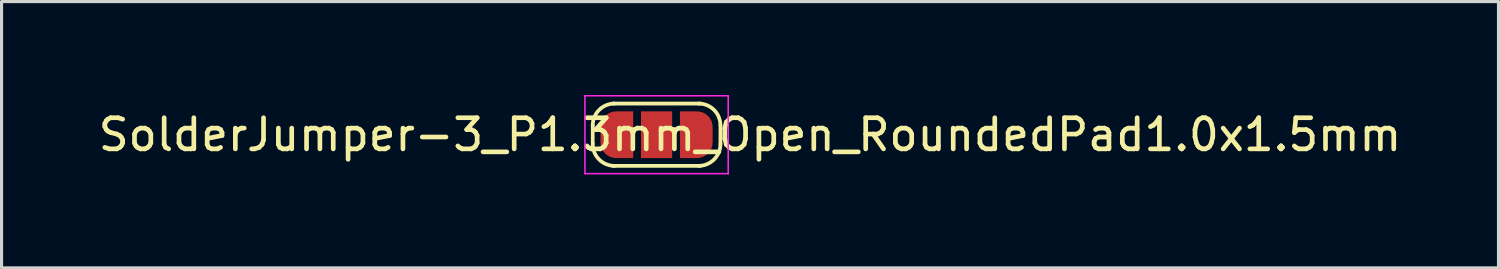
<source format=kicad_pcb>
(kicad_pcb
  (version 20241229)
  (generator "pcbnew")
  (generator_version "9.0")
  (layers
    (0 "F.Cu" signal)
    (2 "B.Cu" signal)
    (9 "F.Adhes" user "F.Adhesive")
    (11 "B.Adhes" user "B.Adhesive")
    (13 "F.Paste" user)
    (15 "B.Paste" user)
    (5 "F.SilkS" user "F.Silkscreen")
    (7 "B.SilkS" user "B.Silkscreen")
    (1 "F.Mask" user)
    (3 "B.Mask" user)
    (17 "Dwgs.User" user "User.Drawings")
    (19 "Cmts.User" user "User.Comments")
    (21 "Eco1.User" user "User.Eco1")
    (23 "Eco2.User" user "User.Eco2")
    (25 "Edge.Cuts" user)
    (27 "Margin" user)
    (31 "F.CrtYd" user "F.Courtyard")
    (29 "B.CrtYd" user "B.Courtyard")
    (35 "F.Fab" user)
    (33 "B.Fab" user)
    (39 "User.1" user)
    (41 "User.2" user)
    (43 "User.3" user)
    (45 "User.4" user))
  (footprint "SolderJumper-3_P1.3mm_Open_RoundedPad1.0x1.5mm"
    (layer "F.Cu")
    (at 18.03 1.275)
    (property "Reference" "SolderJumper-3_P1.3mm_Open_RoundedPad1.0x1.5mm" (at 3 0 180) (layer "F.SilkS") (effects (font (size 1 1) (thickness 0.15))))
    (attr exclude_from_pos_files allow_soldermask_bridges)
    (fp_rect (start -0.75 -0.75) (end 0.75 0.75) (stroke (width 0) (type default)) (fill yes) (layer "F.Mask"))
    (fp_line (start -2.05 0.3) (end -2.05 -0.3) (stroke (width 0.12) (type solid)) (layer "F.SilkS"))
    (fp_line (start -1.4 -1) (end 1.4 -1) (stroke (width 0.12) (type solid)) (layer "F.SilkS"))
    (fp_line (start 1.4 1) (end -1.4 1) (stroke (width 0.12) (type solid)) (layer "F.SilkS"))
    (fp_line (start 2.05 -0.3) (end 2.05 0.3) (stroke (width 0.12) (type solid)) (layer "F.SilkS"))
    (fp_arc (start -2.05 -0.3) (mid -1.844975 -0.794975) (end -1.35 -1) (stroke (width 0.12) (type solid)) (layer "F.SilkS"))
    (fp_arc (start -1.35 1) (mid -1.844975 0.794975) (end -2.05 0.3) (stroke (width 0.12) (type solid)) (layer "F.SilkS"))
    (fp_arc (start 1.35 -1) (mid 1.844975 -0.794975) (end 2.05 -0.3) (stroke (width 0.12) (type solid)) (layer "F.SilkS"))
    (fp_arc (start 2.05 0.3) (mid 1.844975 0.794975) (end 1.35 1) (stroke (width 0.12) (type solid)) (layer "F.SilkS"))
    (fp_line (start -2.3 -1.25) (end -2.3 1.25) (stroke (width 0.05) (type solid)) (layer "F.CrtYd"))
    (fp_line (start -2.3 -1.25) (end 2.3 -1.25) (stroke (width 0.05) (type solid)) (layer "F.CrtYd"))
    (fp_line (start 2.3 1.25) (end -2.3 1.25) (stroke (width 0.05) (type solid)) (layer "F.CrtYd"))
    (fp_line (start 2.3 1.25) (end 2.3 -1.25) (stroke (width 0.05) (type solid)) (layer "F.CrtYd"))
    (pad "1" smd custom (at -1.3 0) (size 1 0.5) (layers "F.Cu" "F.Mask") (options (anchor rect)) (primitives (gr_circle (center 0 0.25) (end 0.5 0.25) (width 0) (fill yes)) (gr_circle (center 0 -0.25) (end 0.5 -0.25) (width 0) (fill yes)) (gr_poly (pts (xy 0.55 0.75) (xy 0 0.75) (xy 0 -0.75) (xy 0.55 -0.75)) (width 0) (fill yes))))
    (pad "2" smd rect (at 0 0) (size 1 1.5) (layers "F.Cu" "F.Mask"))
    (pad "3" smd custom (at 1.3 0) (size 1 0.5) (layers "F.Cu" "F.Mask") (options (anchor rect)) (primitives (gr_circle (center 0 0.25) (end 0.5 0.25) (width 0) (fill yes)) (gr_circle (center 0 -0.25) (end 0.5 -0.25) (width 0) (fill yes)) (gr_poly (pts (xy 0 0.75) (xy -0.55 0.75) (xy -0.55 -0.75) (xy 0 -0.75)) (width 0) (fill yes)))))
  (gr_rect
    (start -3 -3)
    (end 45.06 5.55)
    (stroke (width 0.1) (type default))
    (fill no)
    (layer "Edge.Cuts")))
</source>
